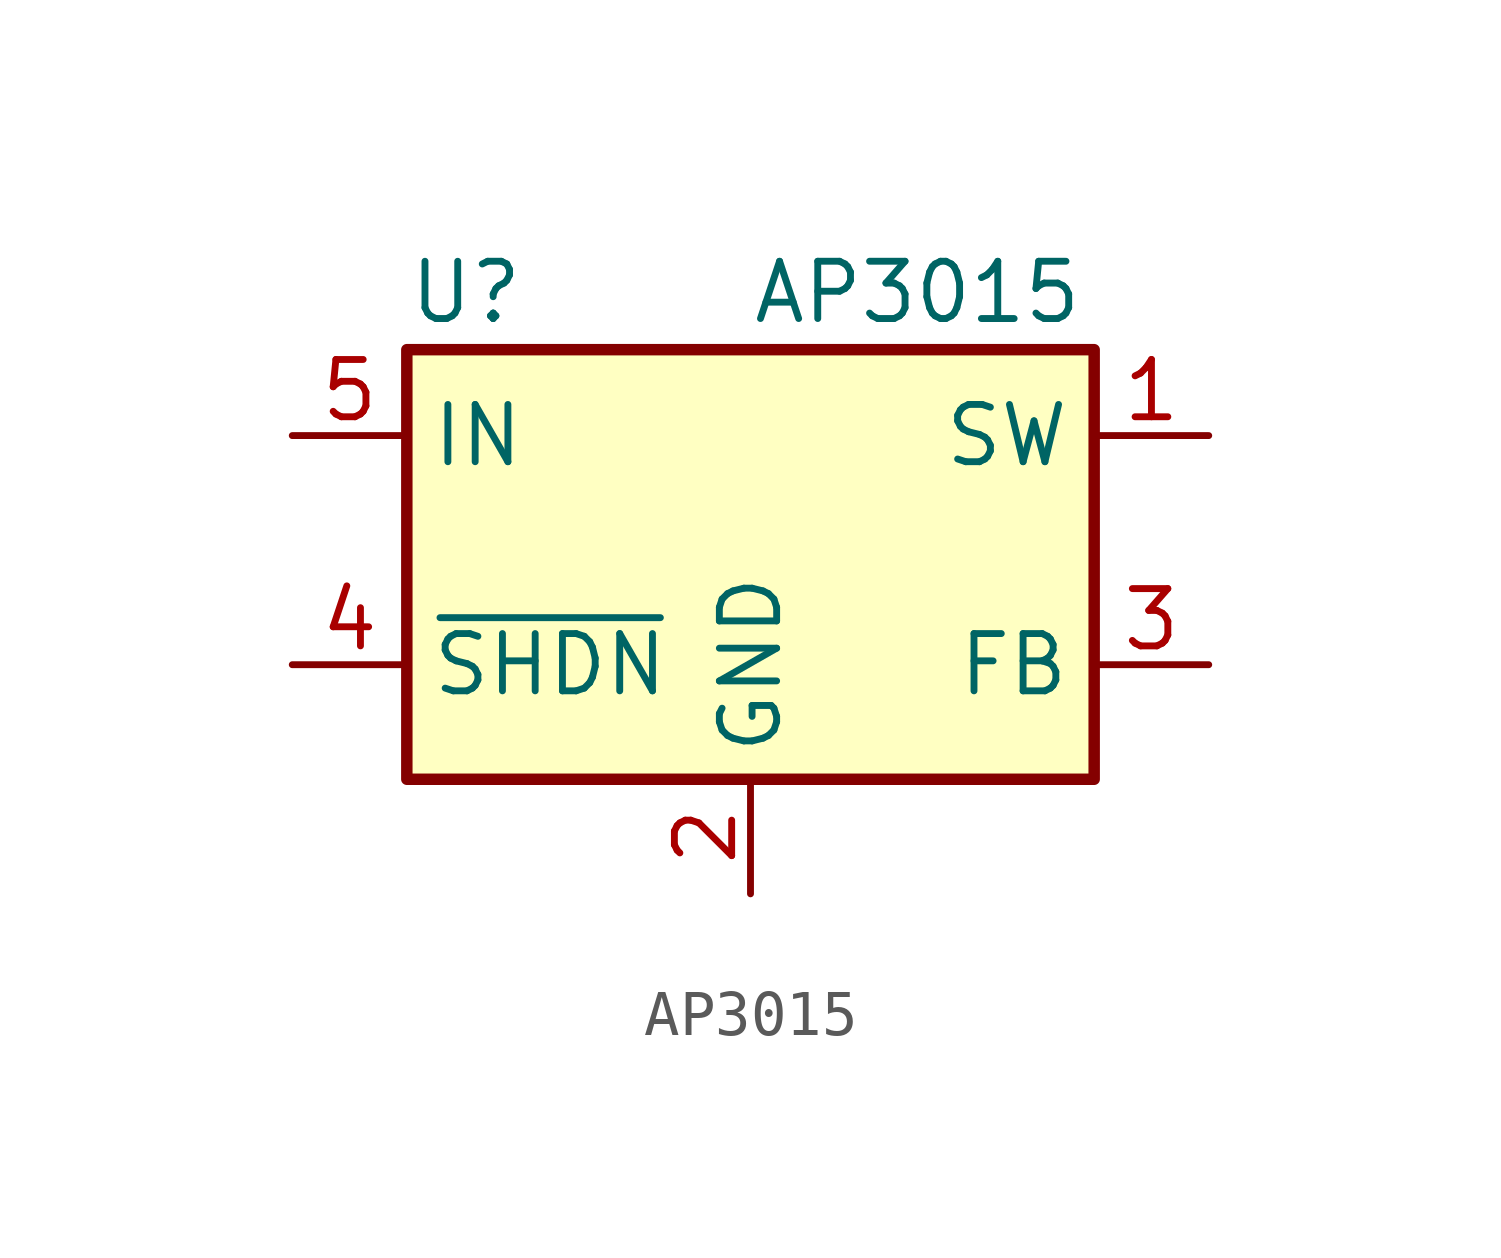
<source format=kicad_sym>
(kicad_symbol_lib
  (version 20211014)
  (generator kicad_symbol_editor)
  (symbol "AP3015"
    (property "Reference" "U"
      (at -7.62 5.715 0)
      (effects (font (size 1.27 1.27)) (justify left)))
    (property "Value" "AP3015"
      (at 0 5.715 0)
      (effects (font (size 1.27 1.27)) (justify left)))
    (symbol "AP3015_0_1"
      (rectangle (start -7.62 4.445) (end 7.62 -5.08) (stroke (width 0.254) (type default) (color 0 0 0 0)) (fill (type background))))
    (symbol "AP3015_1_1"
      (pin passive line (at 10.16 2.54 180) (length 2.54) (name "SW" (effects (font (size 1.27 1.27)))) (number "1" (effects (font (size 1.27 1.27)))))
      (pin power_in line (at 0 -7.62 90) (length 2.54) (name "GND" (effects (font (size 1.27 1.27)))) (number "2" (effects (font (size 1.27 1.27)))))
      (pin input line (at 10.16 -2.54 180) (length 2.54) (name "FB" (effects (font (size 1.27 1.27)))) (number "3" (effects (font (size 1.27 1.27)))))
      (pin input line (at -10.16 -2.54 0) (length 2.54) (name "~{SHDN}" (effects (font (size 1.27 1.27)))) (number "4" (effects (font (size 1.27 1.27)))))
      (pin power_in line (at -10.16 2.54 0) (length 2.54) (name "IN" (effects (font (size 1.27 1.27)))) (number "5" (effects (font (size 1.27 1.27))))))))
</source>
